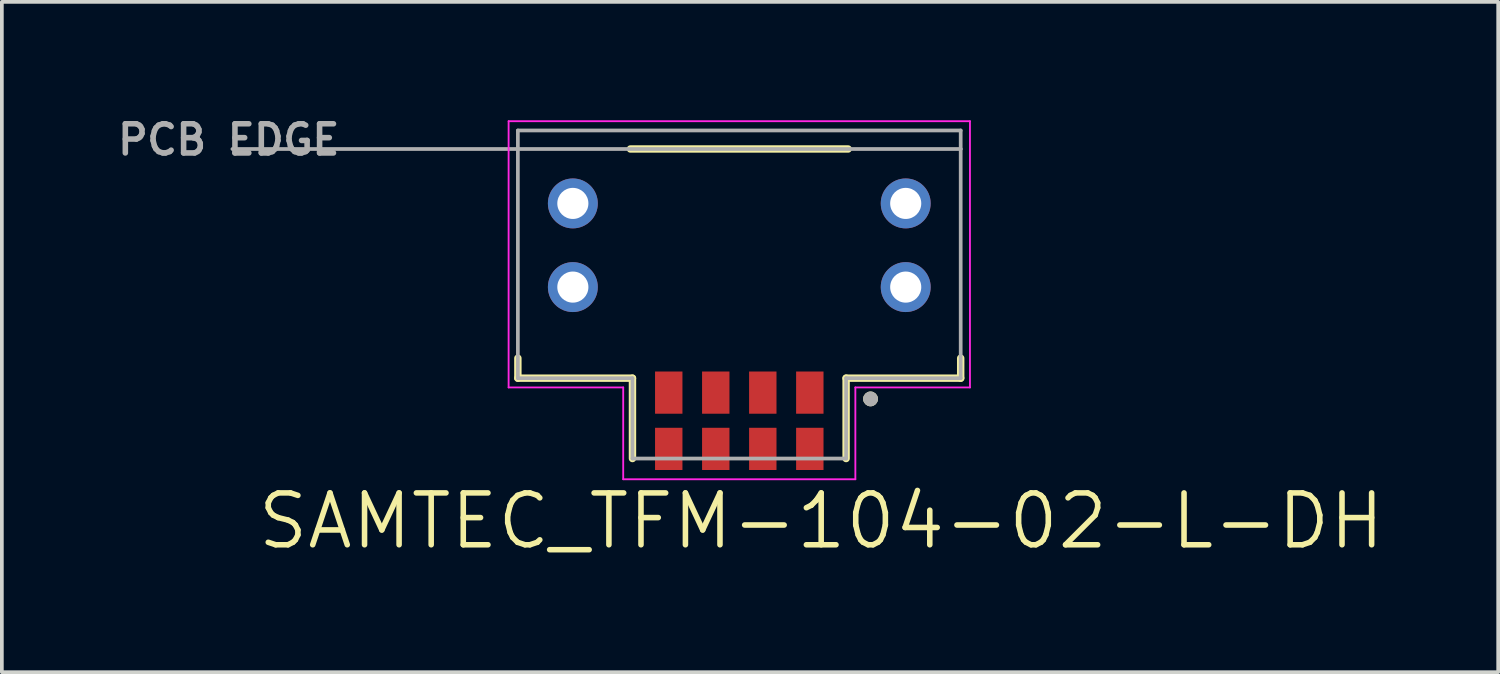
<source format=kicad_pcb>
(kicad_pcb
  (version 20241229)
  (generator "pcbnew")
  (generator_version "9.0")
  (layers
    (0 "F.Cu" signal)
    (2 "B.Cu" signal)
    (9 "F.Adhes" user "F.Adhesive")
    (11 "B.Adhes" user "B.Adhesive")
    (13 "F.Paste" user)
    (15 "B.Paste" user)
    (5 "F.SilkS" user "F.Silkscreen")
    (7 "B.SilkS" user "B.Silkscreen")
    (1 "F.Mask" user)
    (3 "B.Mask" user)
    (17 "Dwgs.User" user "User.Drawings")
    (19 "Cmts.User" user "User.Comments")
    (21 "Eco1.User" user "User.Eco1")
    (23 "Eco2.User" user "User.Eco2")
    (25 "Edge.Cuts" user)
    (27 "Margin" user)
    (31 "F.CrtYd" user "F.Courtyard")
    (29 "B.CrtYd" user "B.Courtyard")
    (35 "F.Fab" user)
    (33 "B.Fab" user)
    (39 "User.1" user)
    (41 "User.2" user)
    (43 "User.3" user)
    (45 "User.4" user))
  (footprint "SAMTEC_TFM-104-02-L-DH"
    (layer "F.Cu")
    (at 16.917 0.974)
    (property "Reference" "SAMTEC_TFM-104-02-L-DH" (at 2.212 10.049 0) (layer "F.SilkS") (effects (font (size 1.4 1.4) (thickness 0.15))))
    (attr smd)
    (fp_line (start -5.98 5.65) (end -5.98 6.19) (stroke (width 0.2) (type solid)) (layer "F.SilkS"))
    (fp_line (start -5.98 6.19) (end -2.885 6.19) (stroke (width 0.2) (type solid)) (layer "F.SilkS"))
    (fp_line (start -2.94 0) (end 2.94 0) (stroke (width 0.2) (type solid)) (layer "F.SilkS"))
    (fp_line (start -2.885 6.19) (end -2.885 8.36) (stroke (width 0.2) (type solid)) (layer "F.SilkS"))
    (fp_line (start 2.885 6.19) (end 2.885 8.36) (stroke (width 0.2) (type solid)) (layer "F.SilkS"))
    (fp_line (start 5.98 5.65) (end 5.98 6.19) (stroke (width 0.2) (type solid)) (layer "F.SilkS"))
    (fp_line (start 5.98 6.19) (end 2.885 6.19) (stroke (width 0.2) (type solid)) (layer "F.SilkS"))
    (fp_circle (center 3.545 6.75) (end 3.645 6.75) (stroke (width 0.2) (type solid)) (fill no) (layer "F.SilkS"))
    (fp_poly (pts (xy -5.875 0.12) (xy -3.415 0.12) (xy -3.415 2.41) (xy -5.875 2.41)) (stroke (width 0.01) (type solid)) (fill yes) (layer "F.Paste"))
    (fp_poly (pts (xy -5.875 2.79) (xy -3.415 2.79) (xy -3.415 5.25) (xy -5.875 5.25)) (stroke (width 0.01) (type solid)) (fill yes) (layer "F.Paste"))
    (fp_poly (pts (xy 3.415 0.12) (xy 5.875 0.12) (xy 5.875 2.41) (xy 3.415 2.41)) (stroke (width 0.01) (type solid)) (fill yes) (layer "F.Paste"))
    (fp_poly (pts (xy 3.415 2.79) (xy 5.875 2.79) (xy 5.875 5.25) (xy 3.415 5.25)) (stroke (width 0.01) (type solid)) (fill yes) (layer "F.Paste"))
    (fp_line (start -6.23 -0.75) (end 6.23 -0.75) (stroke (width 0.05) (type solid)) (layer "F.CrtYd"))
    (fp_line (start -6.23 6.44) (end -6.23 -0.75) (stroke (width 0.05) (type solid)) (layer "F.CrtYd"))
    (fp_line (start -3.135 6.44) (end -6.23 6.44) (stroke (width 0.05) (type solid)) (layer "F.CrtYd"))
    (fp_line (start -3.135 8.92) (end -3.135 6.44) (stroke (width 0.05) (type solid)) (layer "F.CrtYd"))
    (fp_line (start 3.135 6.44) (end 3.135 8.92) (stroke (width 0.05) (type solid)) (layer "F.CrtYd"))
    (fp_line (start 3.135 8.92) (end -3.135 8.92) (stroke (width 0.05) (type solid)) (layer "F.CrtYd"))
    (fp_line (start 6.23 -0.75) (end 6.23 6.44) (stroke (width 0.05) (type solid)) (layer "F.CrtYd"))
    (fp_line (start 6.23 6.44) (end 3.135 6.44) (stroke (width 0.05) (type solid)) (layer "F.CrtYd"))
    (fp_line (start -5.98 -0.5) (end 5.98 -0.5) (stroke (width 0.1) (type solid)) (layer "F.Fab"))
    (fp_line (start -5.98 6.19) (end -5.98 -0.5) (stroke (width 0.1) (type solid)) (layer "F.Fab"))
    (fp_line (start -2.885 6.19) (end -5.98 6.19) (stroke (width 0.1) (type solid)) (layer "F.Fab"))
    (fp_line (start -2.885 8.36) (end -2.885 6.19) (stroke (width 0.1) (type solid)) (layer "F.Fab"))
    (fp_line (start 2.885 6.19) (end 2.885 8.36) (stroke (width 0.1) (type solid)) (layer "F.Fab"))
    (fp_line (start 2.885 8.36) (end -2.885 8.36) (stroke (width 0.1) (type solid)) (layer "F.Fab"))
    (fp_line (start 5.98 -0.5) (end 5.98 0) (stroke (width 0.1) (type solid)) (layer "F.Fab"))
    (fp_line (start 5.98 0) (end -13.69 0) (stroke (width 0.1) (type solid)) (layer "F.Fab"))
    (fp_line (start 5.98 0) (end 5.98 6.19) (stroke (width 0.1) (type solid)) (layer "F.Fab"))
    (fp_line (start 5.98 6.19) (end 2.885 6.19) (stroke (width 0.1) (type solid)) (layer "F.Fab"))
    (fp_circle (center 3.545 6.75) (end 3.645 6.75) (stroke (width 0.2) (type solid)) (fill no) (layer "F.Fab"))
    (fp_text user "PCB EDGE" (at -13.79 -0.25 0) (layer "F.Fab") (effects (font (size 0.787 0.787) (thickness 0.15))))
    (pad "01" smd rect (at 1.905 6.58) (size 0.74 1.14) (layers "F.Cu" "F.Mask" "F.Paste"))
    (pad "02" smd rect (at 1.905 8.1) (size 0.74 1.14) (layers "F.Cu" "F.Mask" "F.Paste"))
    (pad "03" smd rect (at 0.635 6.58) (size 0.74 1.14) (layers "F.Cu" "F.Mask" "F.Paste"))
    (pad "04" smd rect (at 0.635 8.1) (size 0.74 1.14) (layers "F.Cu" "F.Mask" "F.Paste"))
    (pad "05" smd rect (at -0.635 6.58) (size 0.74 1.14) (layers "F.Cu" "F.Mask" "F.Paste"))
    (pad "06" smd rect (at -0.635 8.1) (size 0.74 1.14) (layers "F.Cu" "F.Mask" "F.Paste"))
    (pad "07" smd rect (at -1.905 6.58) (size 0.74 1.14) (layers "F.Cu" "F.Mask" "F.Paste"))
    (pad "08" smd rect (at -1.905 8.1) (size 0.74 1.14) (layers "F.Cu" "F.Mask" "F.Paste"))
    (pad "P1" thru_hole circle (at 4.495 1.47) (size 1.348 1.348) (drill 0.84) (layers "*.Cu" "*.Mask"))
    (pad "P2" thru_hole circle (at -4.495 1.47) (size 1.348 1.348) (drill 0.84) (layers "*.Cu" "*.Mask"))
    (pad "P3" thru_hole circle (at 4.495 3.73) (size 1.348 1.348) (drill 0.84) (layers "*.Cu" "*.Mask"))
    (pad "P4" thru_hole circle (at -4.495 3.73) (size 1.348 1.348) (drill 0.84) (layers "*.Cu" "*.Mask")))
  (gr_rect
    (start -3 -3)
    (end 37.414 15.105)
    (stroke (width 0.1) (type default))
    (fill no)
    (layer "Edge.Cuts")))
</source>
